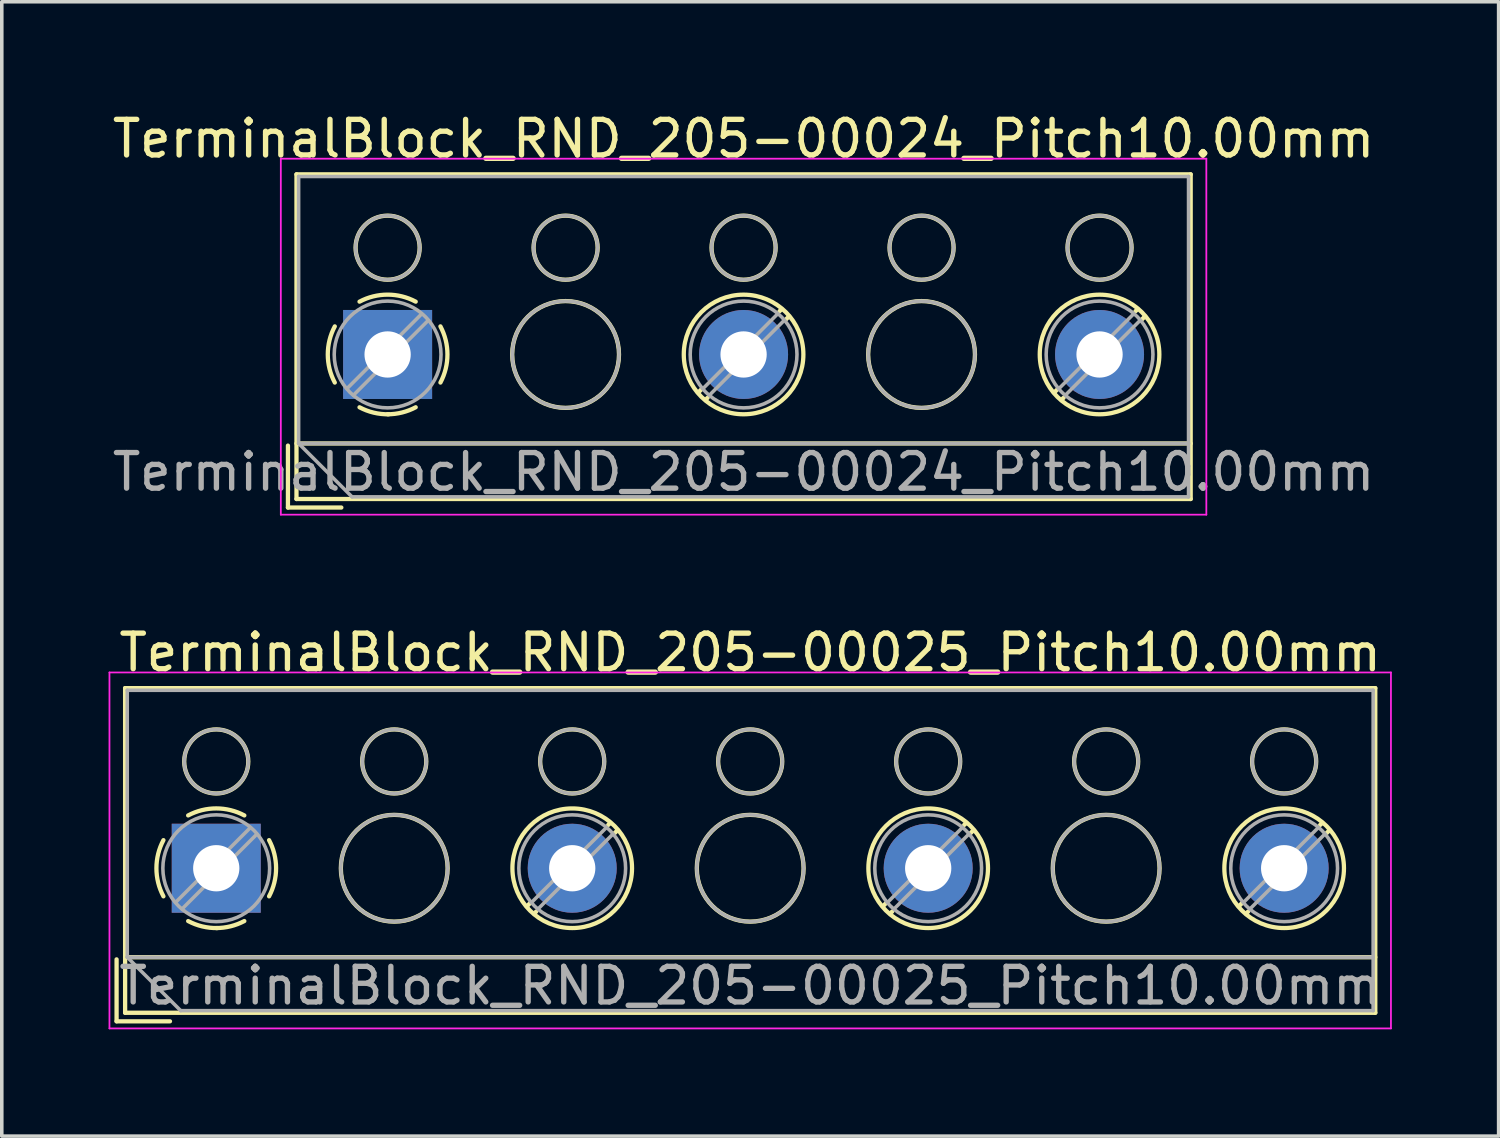
<source format=kicad_pcb>
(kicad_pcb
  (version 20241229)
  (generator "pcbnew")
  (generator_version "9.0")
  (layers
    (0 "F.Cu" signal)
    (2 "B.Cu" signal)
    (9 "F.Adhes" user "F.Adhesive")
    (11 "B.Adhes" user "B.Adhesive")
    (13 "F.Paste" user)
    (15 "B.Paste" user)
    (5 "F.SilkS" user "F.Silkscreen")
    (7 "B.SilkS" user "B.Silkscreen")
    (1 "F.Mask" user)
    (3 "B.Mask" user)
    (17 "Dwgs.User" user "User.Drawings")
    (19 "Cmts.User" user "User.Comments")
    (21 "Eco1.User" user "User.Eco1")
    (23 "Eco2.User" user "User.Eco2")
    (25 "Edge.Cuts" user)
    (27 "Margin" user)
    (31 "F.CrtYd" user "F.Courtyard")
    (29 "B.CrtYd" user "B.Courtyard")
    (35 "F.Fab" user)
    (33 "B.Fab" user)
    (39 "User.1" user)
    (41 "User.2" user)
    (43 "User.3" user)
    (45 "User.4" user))
  (footprint "TerminalBlock_RND_205-00024_Pitch10.00mm"
    (layer "F.Cu")
    (at 7.839 6.908)
    (property "Reference" "TerminalBlock_RND_205-00024_Pitch10.00mm" (at 10 -6.06 0) (layer "F.SilkS") (effects (font (size 1 1) (thickness 0.15))))
    (attr through_hole)
    (fp_line (start -2.8 2.56) (end -2.8 4.3) (stroke (width 0.12) (type solid)) (layer "F.SilkS"))
    (fp_line (start -2.8 4.3) (end -1.3 4.3) (stroke (width 0.12) (type solid)) (layer "F.SilkS"))
    (fp_line (start -2.56 -5.06) (end -2.56 4.06) (stroke (width 0.12) (type solid)) (layer "F.SilkS"))
    (fp_line (start -2.56 2.5) (end 22.56 2.5) (stroke (width 0.12) (type solid)) (layer "F.SilkS"))
    (fp_line (start -2.56 4.06) (end 22.56 4.06) (stroke (width 0.12) (type solid)) (layer "F.SilkS"))
    (fp_line (start 8.82 0.976) (end 8.726 1.069) (stroke (width 0.12) (type solid)) (layer "F.SilkS"))
    (fp_line (start 8.99 1.216) (end 8.931 1.274) (stroke (width 0.12) (type solid)) (layer "F.SilkS"))
    (fp_line (start 11.07 -1.275) (end 11.011 -1.216) (stroke (width 0.12) (type solid)) (layer "F.SilkS"))
    (fp_line (start 11.275 -1.069) (end 11.181 -0.976) (stroke (width 0.12) (type solid)) (layer "F.SilkS"))
    (fp_line (start 18.82 0.976) (end 18.726 1.069) (stroke (width 0.12) (type solid)) (layer "F.SilkS"))
    (fp_line (start 18.99 1.216) (end 18.931 1.274) (stroke (width 0.12) (type solid)) (layer "F.SilkS"))
    (fp_line (start 21.07 -1.275) (end 21.011 -1.216) (stroke (width 0.12) (type solid)) (layer "F.SilkS"))
    (fp_line (start 21.275 -1.069) (end 21.181 -0.976) (stroke (width 0.12) (type solid)) (layer "F.SilkS"))
    (fp_line (start 22.56 -5.06) (end -2.56 -5.06) (stroke (width 0.12) (type solid)) (layer "F.SilkS"))
    (fp_line (start 22.56 4.06) (end 22.56 -5.06) (stroke (width 0.12) (type solid)) (layer "F.SilkS"))
    (fp_arc (start -1.483953 0.789089) (mid -1.680708 0.00005) (end -1.484 -0.789) (stroke (width 0.12) (type solid)) (layer "F.SilkS"))
    (fp_arc (start -0.789089 -1.483953) (mid -0.00005 -1.680708) (end 0.789 -1.484) (stroke (width 0.12) (type solid)) (layer "F.SilkS"))
    (fp_arc (start 0.029383 1.68045) (mid -0.392304 1.634281) (end -0.789 1.484) (stroke (width 0.12) (type solid)) (layer "F.SilkS"))
    (fp_arc (start 0.788712 1.483352) (mid 0.406429 1.630097) (end 0 1.68) (stroke (width 0.12) (type solid)) (layer "F.SilkS"))
    (fp_arc (start 1.483953 -0.789089) (mid 1.680708 -0.00005) (end 1.484 0.789) (stroke (width 0.12) (type solid)) (layer "F.SilkS"))
    (fp_circle (center 0 -3) (end 0.9 -3) (stroke (width 0.12) (type solid)) (fill no) (layer "F.SilkS"))
    (fp_circle (center 5 -3) (end 5.9 -3) (stroke (width 0.12) (type solid)) (fill no) (layer "F.SilkS"))
    (fp_circle (center 5 0) (end 6.5 0) (stroke (width 0.12) (type solid)) (fill no) (layer "F.SilkS"))
    (fp_circle (center 10 -3) (end 10.9 -3) (stroke (width 0.12) (type solid)) (fill no) (layer "F.SilkS"))
    (fp_circle (center 10 0) (end 11.68 0) (stroke (width 0.12) (type solid)) (fill no) (layer "F.SilkS"))
    (fp_circle (center 15 -3) (end 15.9 -3) (stroke (width 0.12) (type solid)) (fill no) (layer "F.SilkS"))
    (fp_circle (center 15 0) (end 16.5 0) (stroke (width 0.12) (type solid)) (fill no) (layer "F.SilkS"))
    (fp_circle (center 20 -3) (end 20.9 -3) (stroke (width 0.12) (type solid)) (fill no) (layer "F.SilkS"))
    (fp_circle (center 20 0) (end 21.68 0) (stroke (width 0.12) (type solid)) (fill no) (layer "F.SilkS"))
    (fp_line (start -3 -5.5) (end -3 4.5) (stroke (width 0.05) (type solid)) (layer "F.CrtYd"))
    (fp_line (start -3 4.5) (end 23 4.5) (stroke (width 0.05) (type solid)) (layer "F.CrtYd"))
    (fp_line (start 23 -5.5) (end -3 -5.5) (stroke (width 0.05) (type solid)) (layer "F.CrtYd"))
    (fp_line (start 23 4.5) (end 23 -5.5) (stroke (width 0.05) (type solid)) (layer "F.CrtYd"))
    (fp_line (start -2.5 -5) (end 22.5 -5) (stroke (width 0.1) (type solid)) (layer "F.Fab"))
    (fp_line (start -2.5 2.5) (end -2.5 -5) (stroke (width 0.1) (type solid)) (layer "F.Fab"))
    (fp_line (start -2.5 2.5) (end 22.5 2.5) (stroke (width 0.1) (type solid)) (layer "F.Fab"))
    (fp_line (start -1 4) (end -2.5 2.5) (stroke (width 0.1) (type solid)) (layer "F.Fab"))
    (fp_line (start 0.955 -1.138) (end -1.138 0.955) (stroke (width 0.1) (type solid)) (layer "F.Fab"))
    (fp_line (start 1.138 -0.955) (end -0.955 1.138) (stroke (width 0.1) (type solid)) (layer "F.Fab"))
    (fp_line (start 10.955 -1.138) (end 8.863 0.955) (stroke (width 0.1) (type solid)) (layer "F.Fab"))
    (fp_line (start 11.138 -0.955) (end 9.046 1.138) (stroke (width 0.1) (type solid)) (layer "F.Fab"))
    (fp_line (start 20.955 -1.138) (end 18.863 0.955) (stroke (width 0.1) (type solid)) (layer "F.Fab"))
    (fp_line (start 21.138 -0.955) (end 19.046 1.138) (stroke (width 0.1) (type solid)) (layer "F.Fab"))
    (fp_line (start 22.5 -5) (end 22.5 4) (stroke (width 0.1) (type solid)) (layer "F.Fab"))
    (fp_line (start 22.5 4) (end -1 4) (stroke (width 0.1) (type solid)) (layer "F.Fab"))
    (fp_circle (center 0 -3) (end 0.9 -3) (stroke (width 0.1) (type solid)) (fill no) (layer "F.Fab"))
    (fp_circle (center 0 0) (end 1.5 0) (stroke (width 0.1) (type solid)) (fill no) (layer "F.Fab"))
    (fp_circle (center 5 -3) (end 5.9 -3) (stroke (width 0.1) (type solid)) (fill no) (layer "F.Fab"))
    (fp_circle (center 5 0) (end 6.5 0) (stroke (width 0.1) (type solid)) (fill no) (layer "F.Fab"))
    (fp_circle (center 10 -3) (end 10.9 -3) (stroke (width 0.1) (type solid)) (fill no) (layer "F.Fab"))
    (fp_circle (center 10 0) (end 11.5 0) (stroke (width 0.1) (type solid)) (fill no) (layer "F.Fab"))
    (fp_circle (center 15 -3) (end 15.9 -3) (stroke (width 0.1) (type solid)) (fill no) (layer "F.Fab"))
    (fp_circle (center 15 0) (end 16.5 0) (stroke (width 0.1) (type solid)) (fill no) (layer "F.Fab"))
    (fp_circle (center 20 -3) (end 20.9 -3) (stroke (width 0.1) (type solid)) (fill no) (layer "F.Fab"))
    (fp_circle (center 20 0) (end 21.5 0) (stroke (width 0.1) (type solid)) (fill no) (layer "F.Fab"))
    (fp_text user "${REFERENCE}" (at 10 3.3 0) (layer "F.Fab") (effects (font (size 1 1) (thickness 0.15))))
    (pad "1" thru_hole rect (at 0 0) (size 2.5 2.5) (drill 1.3) (layers "*.Cu" "*.Mask"))
    (pad "2" thru_hole circle (at 10 0) (size 2.5 2.5) (drill 1.3) (layers "*.Cu" "*.Mask"))
    (pad "3" thru_hole circle (at 20 0) (size 2.5 2.5) (drill 1.3) (layers "*.Cu" "*.Mask")))
  (footprint "TerminalBlock_RND_205-00025_Pitch10.00mm"
    (layer "F.Cu")
    (at 3.025 21.341)
    (property "Reference" "TerminalBlock_RND_205-00025_Pitch10.00mm" (at 15 -6.06 0) (layer "F.SilkS") (effects (font (size 1 1) (thickness 0.15))))
    (attr through_hole)
    (fp_line (start -2.8 2.56) (end -2.8 4.3) (stroke (width 0.12) (type solid)) (layer "F.SilkS"))
    (fp_line (start -2.8 4.3) (end -1.3 4.3) (stroke (width 0.12) (type solid)) (layer "F.SilkS"))
    (fp_line (start -2.56 -5.06) (end -2.56 4.06) (stroke (width 0.12) (type solid)) (layer "F.SilkS"))
    (fp_line (start -2.56 2.5) (end 32.56 2.5) (stroke (width 0.12) (type solid)) (layer "F.SilkS"))
    (fp_line (start -2.56 4.06) (end 32.56 4.06) (stroke (width 0.12) (type solid)) (layer "F.SilkS"))
    (fp_line (start 8.82 0.976) (end 8.726 1.069) (stroke (width 0.12) (type solid)) (layer "F.SilkS"))
    (fp_line (start 8.99 1.216) (end 8.931 1.274) (stroke (width 0.12) (type solid)) (layer "F.SilkS"))
    (fp_line (start 11.07 -1.275) (end 11.011 -1.216) (stroke (width 0.12) (type solid)) (layer "F.SilkS"))
    (fp_line (start 11.275 -1.069) (end 11.181 -0.976) (stroke (width 0.12) (type solid)) (layer "F.SilkS"))
    (fp_line (start 18.82 0.976) (end 18.726 1.069) (stroke (width 0.12) (type solid)) (layer "F.SilkS"))
    (fp_line (start 18.99 1.216) (end 18.931 1.274) (stroke (width 0.12) (type solid)) (layer "F.SilkS"))
    (fp_line (start 21.07 -1.275) (end 21.011 -1.216) (stroke (width 0.12) (type solid)) (layer "F.SilkS"))
    (fp_line (start 21.275 -1.069) (end 21.181 -0.976) (stroke (width 0.12) (type solid)) (layer "F.SilkS"))
    (fp_line (start 28.82 0.976) (end 28.726 1.069) (stroke (width 0.12) (type solid)) (layer "F.SilkS"))
    (fp_line (start 28.99 1.216) (end 28.931 1.274) (stroke (width 0.12) (type solid)) (layer "F.SilkS"))
    (fp_line (start 31.07 -1.275) (end 31.011 -1.216) (stroke (width 0.12) (type solid)) (layer "F.SilkS"))
    (fp_line (start 31.275 -1.069) (end 31.181 -0.976) (stroke (width 0.12) (type solid)) (layer "F.SilkS"))
    (fp_line (start 32.56 -5.06) (end -2.56 -5.06) (stroke (width 0.12) (type solid)) (layer "F.SilkS"))
    (fp_line (start 32.56 4.06) (end 32.56 -5.06) (stroke (width 0.12) (type solid)) (layer "F.SilkS"))
    (fp_arc (start -1.483953 0.789089) (mid -1.680708 0.00005) (end -1.484 -0.789) (stroke (width 0.12) (type solid)) (layer "F.SilkS"))
    (fp_arc (start -0.789089 -1.483953) (mid -0.00005 -1.680708) (end 0.789 -1.484) (stroke (width 0.12) (type solid)) (layer "F.SilkS"))
    (fp_arc (start 0.029383 1.68045) (mid -0.392304 1.634281) (end -0.789 1.484) (stroke (width 0.12) (type solid)) (layer "F.SilkS"))
    (fp_arc (start 0.788712 1.483352) (mid 0.406429 1.630097) (end 0 1.68) (stroke (width 0.12) (type solid)) (layer "F.SilkS"))
    (fp_arc (start 1.483953 -0.789089) (mid 1.680708 -0.00005) (end 1.484 0.789) (stroke (width 0.12) (type solid)) (layer "F.SilkS"))
    (fp_circle (center 0 -3) (end 0.9 -3) (stroke (width 0.12) (type solid)) (fill no) (layer "F.SilkS"))
    (fp_circle (center 5 -3) (end 5.9 -3) (stroke (width 0.12) (type solid)) (fill no) (layer "F.SilkS"))
    (fp_circle (center 5 0) (end 6.5 0) (stroke (width 0.12) (type solid)) (fill no) (layer "F.SilkS"))
    (fp_circle (center 10 -3) (end 10.9 -3) (stroke (width 0.12) (type solid)) (fill no) (layer "F.SilkS"))
    (fp_circle (center 10 0) (end 11.68 0) (stroke (width 0.12) (type solid)) (fill no) (layer "F.SilkS"))
    (fp_circle (center 15 -3) (end 15.9 -3) (stroke (width 0.12) (type solid)) (fill no) (layer "F.SilkS"))
    (fp_circle (center 15 0) (end 16.5 0) (stroke (width 0.12) (type solid)) (fill no) (layer "F.SilkS"))
    (fp_circle (center 20 -3) (end 20.9 -3) (stroke (width 0.12) (type solid)) (fill no) (layer "F.SilkS"))
    (fp_circle (center 20 0) (end 21.68 0) (stroke (width 0.12) (type solid)) (fill no) (layer "F.SilkS"))
    (fp_circle (center 25 -3) (end 25.9 -3) (stroke (width 0.12) (type solid)) (fill no) (layer "F.SilkS"))
    (fp_circle (center 25 0) (end 26.5 0) (stroke (width 0.12) (type solid)) (fill no) (layer "F.SilkS"))
    (fp_circle (center 30 -3) (end 30.9 -3) (stroke (width 0.12) (type solid)) (fill no) (layer "F.SilkS"))
    (fp_circle (center 30 0) (end 31.68 0) (stroke (width 0.12) (type solid)) (fill no) (layer "F.SilkS"))
    (fp_line (start -3 -5.5) (end -3 4.5) (stroke (width 0.05) (type solid)) (layer "F.CrtYd"))
    (fp_line (start -3 4.5) (end 33 4.5) (stroke (width 0.05) (type solid)) (layer "F.CrtYd"))
    (fp_line (start 33 -5.5) (end -3 -5.5) (stroke (width 0.05) (type solid)) (layer "F.CrtYd"))
    (fp_line (start 33 4.5) (end 33 -5.5) (stroke (width 0.05) (type solid)) (layer "F.CrtYd"))
    (fp_line (start -2.5 -5) (end 32.5 -5) (stroke (width 0.1) (type solid)) (layer "F.Fab"))
    (fp_line (start -2.5 2.5) (end -2.5 -5) (stroke (width 0.1) (type solid)) (layer "F.Fab"))
    (fp_line (start -2.5 2.5) (end 32.5 2.5) (stroke (width 0.1) (type solid)) (layer "F.Fab"))
    (fp_line (start -1 4) (end -2.5 2.5) (stroke (width 0.1) (type solid)) (layer "F.Fab"))
    (fp_line (start 0.955 -1.138) (end -1.138 0.955) (stroke (width 0.1) (type solid)) (layer "F.Fab"))
    (fp_line (start 1.138 -0.955) (end -0.955 1.138) (stroke (width 0.1) (type solid)) (layer "F.Fab"))
    (fp_line (start 10.955 -1.138) (end 8.863 0.955) (stroke (width 0.1) (type solid)) (layer "F.Fab"))
    (fp_line (start 11.138 -0.955) (end 9.046 1.138) (stroke (width 0.1) (type solid)) (layer "F.Fab"))
    (fp_line (start 20.955 -1.138) (end 18.863 0.955) (stroke (width 0.1) (type solid)) (layer "F.Fab"))
    (fp_line (start 21.138 -0.955) (end 19.046 1.138) (stroke (width 0.1) (type solid)) (layer "F.Fab"))
    (fp_line (start 30.955 -1.138) (end 28.863 0.955) (stroke (width 0.1) (type solid)) (layer "F.Fab"))
    (fp_line (start 31.138 -0.955) (end 29.046 1.138) (stroke (width 0.1) (type solid)) (layer "F.Fab"))
    (fp_line (start 32.5 -5) (end 32.5 4) (stroke (width 0.1) (type solid)) (layer "F.Fab"))
    (fp_line (start 32.5 4) (end -1 4) (stroke (width 0.1) (type solid)) (layer "F.Fab"))
    (fp_circle (center 0 -3) (end 0.9 -3) (stroke (width 0.1) (type solid)) (fill no) (layer "F.Fab"))
    (fp_circle (center 0 0) (end 1.5 0) (stroke (width 0.1) (type solid)) (fill no) (layer "F.Fab"))
    (fp_circle (center 5 -3) (end 5.9 -3) (stroke (width 0.1) (type solid)) (fill no) (layer "F.Fab"))
    (fp_circle (center 5 0) (end 6.5 0) (stroke (width 0.1) (type solid)) (fill no) (layer "F.Fab"))
    (fp_circle (center 10 -3) (end 10.9 -3) (stroke (width 0.1) (type solid)) (fill no) (layer "F.Fab"))
    (fp_circle (center 10 0) (end 11.5 0) (stroke (width 0.1) (type solid)) (fill no) (layer "F.Fab"))
    (fp_circle (center 15 -3) (end 15.9 -3) (stroke (width 0.1) (type solid)) (fill no) (layer "F.Fab"))
    (fp_circle (center 15 0) (end 16.5 0) (stroke (width 0.1) (type solid)) (fill no) (layer "F.Fab"))
    (fp_circle (center 20 -3) (end 20.9 -3) (stroke (width 0.1) (type solid)) (fill no) (layer "F.Fab"))
    (fp_circle (center 20 0) (end 21.5 0) (stroke (width 0.1) (type solid)) (fill no) (layer "F.Fab"))
    (fp_circle (center 25 -3) (end 25.9 -3) (stroke (width 0.1) (type solid)) (fill no) (layer "F.Fab"))
    (fp_circle (center 25 0) (end 26.5 0) (stroke (width 0.1) (type solid)) (fill no) (layer "F.Fab"))
    (fp_circle (center 30 -3) (end 30.9 -3) (stroke (width 0.1) (type solid)) (fill no) (layer "F.Fab"))
    (fp_circle (center 30 0) (end 31.5 0) (stroke (width 0.1) (type solid)) (fill no) (layer "F.Fab"))
    (fp_text user "${REFERENCE}" (at 15 3.3 0) (layer "F.Fab") (effects (font (size 1 1) (thickness 0.15))))
    (pad "1" thru_hole rect (at 0 0) (size 2.5 2.5) (drill 1.3) (layers "*.Cu" "*.Mask"))
    (pad "2" thru_hole circle (at 10 0) (size 2.5 2.5) (drill 1.3) (layers "*.Cu" "*.Mask"))
    (pad "3" thru_hole circle (at 20 0) (size 2.5 2.5) (drill 1.3) (layers "*.Cu" "*.Mask"))
    (pad "4" thru_hole circle (at 30 0) (size 2.5 2.5) (drill 1.3) (layers "*.Cu" "*.Mask")))
  (gr_rect
    (start -3 -3)
    (end 39.05 28.866)
    (stroke (width 0.1) (type default))
    (fill no)
    (layer "Edge.Cuts")))
</source>
